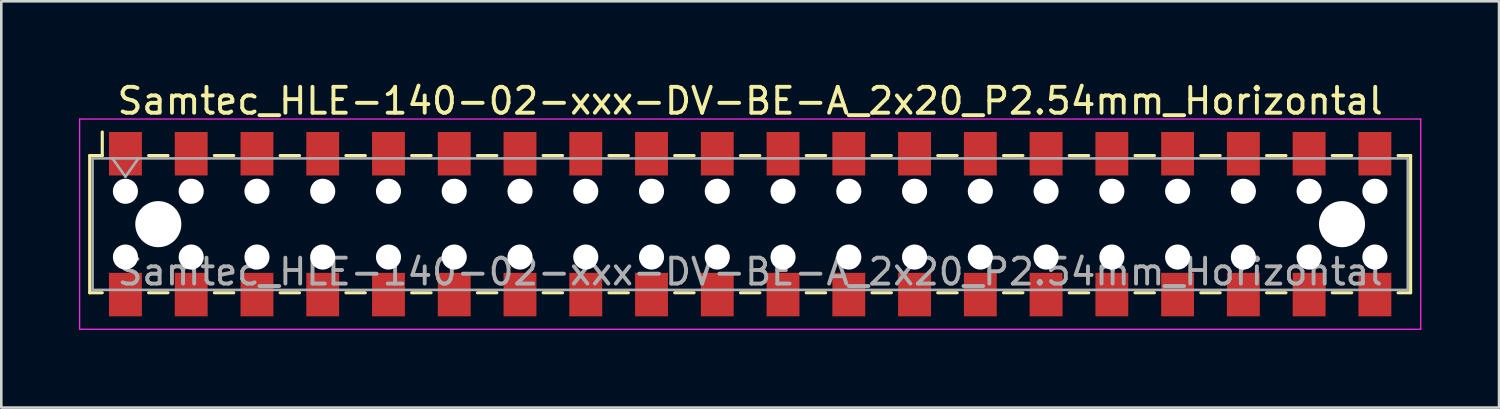
<source format=kicad_pcb>
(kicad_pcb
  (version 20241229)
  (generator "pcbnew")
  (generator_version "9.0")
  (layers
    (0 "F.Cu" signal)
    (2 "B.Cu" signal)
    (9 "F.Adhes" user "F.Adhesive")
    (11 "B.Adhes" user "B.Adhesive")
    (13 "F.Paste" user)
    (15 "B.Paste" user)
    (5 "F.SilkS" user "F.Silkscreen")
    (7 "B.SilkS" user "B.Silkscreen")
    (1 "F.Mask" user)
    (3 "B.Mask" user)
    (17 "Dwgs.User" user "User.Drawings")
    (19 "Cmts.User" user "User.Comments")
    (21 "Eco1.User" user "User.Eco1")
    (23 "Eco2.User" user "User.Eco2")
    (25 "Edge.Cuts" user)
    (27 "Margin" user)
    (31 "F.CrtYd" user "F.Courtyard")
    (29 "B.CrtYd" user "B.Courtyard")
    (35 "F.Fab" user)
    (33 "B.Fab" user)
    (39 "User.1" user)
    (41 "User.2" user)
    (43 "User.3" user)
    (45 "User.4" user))
  (footprint "Samtec_HLE-140-02-xxx-DV-BE-A_2x20_P2.54mm_Horizontal"
    (layer "F.Cu")
    (at 25.925 5.608)
    (property "Reference" "Samtec_HLE-140-02-xxx-DV-BE-A_2x20_P2.54mm_Horizontal" (at 0 -4.76 0) (layer "F.SilkS") (effects (font (size 1 1) (thickness 0.15))))
    (attr smd)
    (fp_line (start -25.51 -2.65) (end -25.51 2.65) (stroke (width 0.12) (type solid)) (layer "F.SilkS"))
    (fp_line (start -25.51 2.65) (end -25.025 2.65) (stroke (width 0.12) (type solid)) (layer "F.SilkS"))
    (fp_line (start -25.025 -3.56) (end -25.025 -2.65) (stroke (width 0.12) (type solid)) (layer "F.SilkS"))
    (fp_line (start -25.025 -2.65) (end -25.51 -2.65) (stroke (width 0.12) (type solid)) (layer "F.SilkS"))
    (fp_line (start -23.235 -2.65) (end -22.485 -2.65) (stroke (width 0.12) (type solid)) (layer "F.SilkS"))
    (fp_line (start -23.235 2.65) (end -22.485 2.65) (stroke (width 0.12) (type solid)) (layer "F.SilkS"))
    (fp_line (start -20.695 -2.65) (end -19.945 -2.65) (stroke (width 0.12) (type solid)) (layer "F.SilkS"))
    (fp_line (start -20.695 2.65) (end -19.945 2.65) (stroke (width 0.12) (type solid)) (layer "F.SilkS"))
    (fp_line (start -18.155 -2.65) (end -17.405 -2.65) (stroke (width 0.12) (type solid)) (layer "F.SilkS"))
    (fp_line (start -18.155 2.65) (end -17.405 2.65) (stroke (width 0.12) (type solid)) (layer "F.SilkS"))
    (fp_line (start -15.615 -2.65) (end -14.865 -2.65) (stroke (width 0.12) (type solid)) (layer "F.SilkS"))
    (fp_line (start -15.615 2.65) (end -14.865 2.65) (stroke (width 0.12) (type solid)) (layer "F.SilkS"))
    (fp_line (start -13.075 -2.65) (end -12.325 -2.65) (stroke (width 0.12) (type solid)) (layer "F.SilkS"))
    (fp_line (start -13.075 2.65) (end -12.325 2.65) (stroke (width 0.12) (type solid)) (layer "F.SilkS"))
    (fp_line (start -10.535 -2.65) (end -9.785 -2.65) (stroke (width 0.12) (type solid)) (layer "F.SilkS"))
    (fp_line (start -10.535 2.65) (end -9.785 2.65) (stroke (width 0.12) (type solid)) (layer "F.SilkS"))
    (fp_line (start -7.995 -2.65) (end -7.245 -2.65) (stroke (width 0.12) (type solid)) (layer "F.SilkS"))
    (fp_line (start -7.995 2.65) (end -7.245 2.65) (stroke (width 0.12) (type solid)) (layer "F.SilkS"))
    (fp_line (start -5.455 -2.65) (end -4.705 -2.65) (stroke (width 0.12) (type solid)) (layer "F.SilkS"))
    (fp_line (start -5.455 2.65) (end -4.705 2.65) (stroke (width 0.12) (type solid)) (layer "F.SilkS"))
    (fp_line (start -2.915 -2.65) (end -2.165 -2.65) (stroke (width 0.12) (type solid)) (layer "F.SilkS"))
    (fp_line (start -2.915 2.65) (end -2.165 2.65) (stroke (width 0.12) (type solid)) (layer "F.SilkS"))
    (fp_line (start -0.375 -2.65) (end 0.375 -2.65) (stroke (width 0.12) (type solid)) (layer "F.SilkS"))
    (fp_line (start -0.375 2.65) (end 0.375 2.65) (stroke (width 0.12) (type solid)) (layer "F.SilkS"))
    (fp_line (start 2.165 -2.65) (end 2.915 -2.65) (stroke (width 0.12) (type solid)) (layer "F.SilkS"))
    (fp_line (start 2.165 2.65) (end 2.915 2.65) (stroke (width 0.12) (type solid)) (layer "F.SilkS"))
    (fp_line (start 4.705 -2.65) (end 5.455 -2.65) (stroke (width 0.12) (type solid)) (layer "F.SilkS"))
    (fp_line (start 4.705 2.65) (end 5.455 2.65) (stroke (width 0.12) (type solid)) (layer "F.SilkS"))
    (fp_line (start 7.245 -2.65) (end 7.995 -2.65) (stroke (width 0.12) (type solid)) (layer "F.SilkS"))
    (fp_line (start 7.245 2.65) (end 7.995 2.65) (stroke (width 0.12) (type solid)) (layer "F.SilkS"))
    (fp_line (start 9.785 -2.65) (end 10.535 -2.65) (stroke (width 0.12) (type solid)) (layer "F.SilkS"))
    (fp_line (start 9.785 2.65) (end 10.535 2.65) (stroke (width 0.12) (type solid)) (layer "F.SilkS"))
    (fp_line (start 12.325 -2.65) (end 13.075 -2.65) (stroke (width 0.12) (type solid)) (layer "F.SilkS"))
    (fp_line (start 12.325 2.65) (end 13.075 2.65) (stroke (width 0.12) (type solid)) (layer "F.SilkS"))
    (fp_line (start 14.865 -2.65) (end 15.615 -2.65) (stroke (width 0.12) (type solid)) (layer "F.SilkS"))
    (fp_line (start 14.865 2.65) (end 15.615 2.65) (stroke (width 0.12) (type solid)) (layer "F.SilkS"))
    (fp_line (start 17.405 -2.65) (end 18.155 -2.65) (stroke (width 0.12) (type solid)) (layer "F.SilkS"))
    (fp_line (start 17.405 2.65) (end 18.155 2.65) (stroke (width 0.12) (type solid)) (layer "F.SilkS"))
    (fp_line (start 19.945 -2.65) (end 20.695 -2.65) (stroke (width 0.12) (type solid)) (layer "F.SilkS"))
    (fp_line (start 19.945 2.65) (end 20.695 2.65) (stroke (width 0.12) (type solid)) (layer "F.SilkS"))
    (fp_line (start 22.485 -2.65) (end 23.235 -2.65) (stroke (width 0.12) (type solid)) (layer "F.SilkS"))
    (fp_line (start 22.485 2.65) (end 23.235 2.65) (stroke (width 0.12) (type solid)) (layer "F.SilkS"))
    (fp_line (start 25.025 -2.65) (end 25.51 -2.65) (stroke (width 0.12) (type solid)) (layer "F.SilkS"))
    (fp_line (start 25.51 -2.65) (end 25.51 2.65) (stroke (width 0.12) (type solid)) (layer "F.SilkS"))
    (fp_line (start 25.51 2.65) (end 25.025 2.65) (stroke (width 0.12) (type solid)) (layer "F.SilkS"))
    (fp_line (start -25.9 -4.06) (end 25.9 -4.06) (stroke (width 0.05) (type solid)) (layer "F.CrtYd"))
    (fp_line (start -25.9 4.06) (end -25.9 -4.06) (stroke (width 0.05) (type solid)) (layer "F.CrtYd"))
    (fp_line (start 25.9 -4.06) (end 25.9 4.06) (stroke (width 0.05) (type solid)) (layer "F.CrtYd"))
    (fp_line (start 25.9 4.06) (end -25.9 4.06) (stroke (width 0.05) (type solid)) (layer "F.CrtYd"))
    (fp_line (start -25.4 -2.54) (end 25.4 -2.54) (stroke (width 0.1) (type solid)) (layer "F.Fab"))
    (fp_line (start -25.4 2.54) (end -25.4 -2.54) (stroke (width 0.1) (type solid)) (layer "F.Fab"))
    (fp_line (start -24.63 -2.54) (end -24.13 -1.833) (stroke (width 0.1) (type solid)) (layer "F.Fab"))
    (fp_line (start -24.13 -1.833) (end -23.63 -2.54) (stroke (width 0.1) (type solid)) (layer "F.Fab"))
    (fp_line (start 25.4 -2.54) (end 25.4 2.54) (stroke (width 0.1) (type solid)) (layer "F.Fab"))
    (fp_line (start 25.4 2.54) (end -25.4 2.54) (stroke (width 0.1) (type solid)) (layer "F.Fab"))
    (fp_text user "${REFERENCE}" (at 0 1.84 0) (layer "F.Fab") (effects (font (size 1 1) (thickness 0.15))))
    (pad "" np_thru_hole circle (at -24.13 -1.27) (size 0.97 0.97) (drill 0.97) (layers "*.Cu" "*.Mask"))
    (pad "" np_thru_hole circle (at -24.13 1.27) (size 0.97 0.97) (drill 0.97) (layers "*.Cu" "*.Mask"))
    (pad "" np_thru_hole circle (at -22.86 0) (size 1.78 1.78) (drill 1.78) (layers "*.Cu" "*.Mask"))
    (pad "" np_thru_hole circle (at -21.59 -1.27) (size 0.97 0.97) (drill 0.97) (layers "*.Cu" "*.Mask"))
    (pad "" np_thru_hole circle (at -21.59 1.27) (size 0.97 0.97) (drill 0.97) (layers "*.Cu" "*.Mask"))
    (pad "" np_thru_hole circle (at -19.05 -1.27) (size 0.97 0.97) (drill 0.97) (layers "*.Cu" "*.Mask"))
    (pad "" np_thru_hole circle (at -19.05 1.27) (size 0.97 0.97) (drill 0.97) (layers "*.Cu" "*.Mask"))
    (pad "" np_thru_hole circle (at -16.51 -1.27) (size 0.97 0.97) (drill 0.97) (layers "*.Cu" "*.Mask"))
    (pad "" np_thru_hole circle (at -16.51 1.27) (size 0.97 0.97) (drill 0.97) (layers "*.Cu" "*.Mask"))
    (pad "" np_thru_hole circle (at -13.97 -1.27) (size 0.97 0.97) (drill 0.97) (layers "*.Cu" "*.Mask"))
    (pad "" np_thru_hole circle (at -13.97 1.27) (size 0.97 0.97) (drill 0.97) (layers "*.Cu" "*.Mask"))
    (pad "" np_thru_hole circle (at -11.43 -1.27) (size 0.97 0.97) (drill 0.97) (layers "*.Cu" "*.Mask"))
    (pad "" np_thru_hole circle (at -11.43 1.27) (size 0.97 0.97) (drill 0.97) (layers "*.Cu" "*.Mask"))
    (pad "" np_thru_hole circle (at -8.89 -1.27) (size 0.97 0.97) (drill 0.97) (layers "*.Cu" "*.Mask"))
    (pad "" np_thru_hole circle (at -8.89 1.27) (size 0.97 0.97) (drill 0.97) (layers "*.Cu" "*.Mask"))
    (pad "" np_thru_hole circle (at -6.35 -1.27) (size 0.97 0.97) (drill 0.97) (layers "*.Cu" "*.Mask"))
    (pad "" np_thru_hole circle (at -6.35 1.27) (size 0.97 0.97) (drill 0.97) (layers "*.Cu" "*.Mask"))
    (pad "" np_thru_hole circle (at -3.81 -1.27) (size 0.97 0.97) (drill 0.97) (layers "*.Cu" "*.Mask"))
    (pad "" np_thru_hole circle (at -3.81 1.27) (size 0.97 0.97) (drill 0.97) (layers "*.Cu" "*.Mask"))
    (pad "" np_thru_hole circle (at -1.27 -1.27) (size 0.97 0.97) (drill 0.97) (layers "*.Cu" "*.Mask"))
    (pad "" np_thru_hole circle (at -1.27 1.27) (size 0.97 0.97) (drill 0.97) (layers "*.Cu" "*.Mask"))
    (pad "" np_thru_hole circle (at 1.27 -1.27) (size 0.97 0.97) (drill 0.97) (layers "*.Cu" "*.Mask"))
    (pad "" np_thru_hole circle (at 1.27 1.27) (size 0.97 0.97) (drill 0.97) (layers "*.Cu" "*.Mask"))
    (pad "" np_thru_hole circle (at 3.81 -1.27) (size 0.97 0.97) (drill 0.97) (layers "*.Cu" "*.Mask"))
    (pad "" np_thru_hole circle (at 3.81 1.27) (size 0.97 0.97) (drill 0.97) (layers "*.Cu" "*.Mask"))
    (pad "" np_thru_hole circle (at 6.35 -1.27) (size 0.97 0.97) (drill 0.97) (layers "*.Cu" "*.Mask"))
    (pad "" np_thru_hole circle (at 6.35 1.27) (size 0.97 0.97) (drill 0.97) (layers "*.Cu" "*.Mask"))
    (pad "" np_thru_hole circle (at 8.89 -1.27) (size 0.97 0.97) (drill 0.97) (layers "*.Cu" "*.Mask"))
    (pad "" np_thru_hole circle (at 8.89 1.27) (size 0.97 0.97) (drill 0.97) (layers "*.Cu" "*.Mask"))
    (pad "" np_thru_hole circle (at 11.43 -1.27) (size 0.97 0.97) (drill 0.97) (layers "*.Cu" "*.Mask"))
    (pad "" np_thru_hole circle (at 11.43 1.27) (size 0.97 0.97) (drill 0.97) (layers "*.Cu" "*.Mask"))
    (pad "" np_thru_hole circle (at 13.97 -1.27) (size 0.97 0.97) (drill 0.97) (layers "*.Cu" "*.Mask"))
    (pad "" np_thru_hole circle (at 13.97 1.27) (size 0.97 0.97) (drill 0.97) (layers "*.Cu" "*.Mask"))
    (pad "" np_thru_hole circle (at 16.51 -1.27) (size 0.97 0.97) (drill 0.97) (layers "*.Cu" "*.Mask"))
    (pad "" np_thru_hole circle (at 16.51 1.27) (size 0.97 0.97) (drill 0.97) (layers "*.Cu" "*.Mask"))
    (pad "" np_thru_hole circle (at 19.05 -1.27) (size 0.97 0.97) (drill 0.97) (layers "*.Cu" "*.Mask"))
    (pad "" np_thru_hole circle (at 19.05 1.27) (size 0.97 0.97) (drill 0.97) (layers "*.Cu" "*.Mask"))
    (pad "" np_thru_hole circle (at 21.59 -1.27) (size 0.97 0.97) (drill 0.97) (layers "*.Cu" "*.Mask"))
    (pad "" np_thru_hole circle (at 21.59 1.27) (size 0.97 0.97) (drill 0.97) (layers "*.Cu" "*.Mask"))
    (pad "" np_thru_hole circle (at 22.86 0) (size 1.78 1.78) (drill 1.78) (layers "*.Cu" "*.Mask"))
    (pad "" np_thru_hole circle (at 24.13 -1.27) (size 0.97 0.97) (drill 0.97) (layers "*.Cu" "*.Mask"))
    (pad "" np_thru_hole circle (at 24.13 1.27) (size 0.97 0.97) (drill 0.97) (layers "*.Cu" "*.Mask"))
    (pad "1" smd rect (at -24.13 -2.72) (size 1.27 1.68) (layers "F.Cu" "F.Mask" "F.Paste"))
    (pad "2" smd rect (at -24.13 2.72) (size 1.27 1.68) (layers "F.Cu" "F.Mask" "F.Paste"))
    (pad "3" smd rect (at -21.59 -2.72) (size 1.27 1.68) (layers "F.Cu" "F.Mask" "F.Paste"))
    (pad "4" smd rect (at -21.59 2.72) (size 1.27 1.68) (layers "F.Cu" "F.Mask" "F.Paste"))
    (pad "5" smd rect (at -19.05 -2.72) (size 1.27 1.68) (layers "F.Cu" "F.Mask" "F.Paste"))
    (pad "6" smd rect (at -19.05 2.72) (size 1.27 1.68) (layers "F.Cu" "F.Mask" "F.Paste"))
    (pad "7" smd rect (at -16.51 -2.72) (size 1.27 1.68) (layers "F.Cu" "F.Mask" "F.Paste"))
    (pad "8" smd rect (at -16.51 2.72) (size 1.27 1.68) (layers "F.Cu" "F.Mask" "F.Paste"))
    (pad "9" smd rect (at -13.97 -2.72) (size 1.27 1.68) (layers "F.Cu" "F.Mask" "F.Paste"))
    (pad "10" smd rect (at -13.97 2.72) (size 1.27 1.68) (layers "F.Cu" "F.Mask" "F.Paste"))
    (pad "11" smd rect (at -11.43 -2.72) (size 1.27 1.68) (layers "F.Cu" "F.Mask" "F.Paste"))
    (pad "12" smd rect (at -11.43 2.72) (size 1.27 1.68) (layers "F.Cu" "F.Mask" "F.Paste"))
    (pad "13" smd rect (at -8.89 -2.72) (size 1.27 1.68) (layers "F.Cu" "F.Mask" "F.Paste"))
    (pad "14" smd rect (at -8.89 2.72) (size 1.27 1.68) (layers "F.Cu" "F.Mask" "F.Paste"))
    (pad "15" smd rect (at -6.35 -2.72) (size 1.27 1.68) (layers "F.Cu" "F.Mask" "F.Paste"))
    (pad "16" smd rect (at -6.35 2.72) (size 1.27 1.68) (layers "F.Cu" "F.Mask" "F.Paste"))
    (pad "17" smd rect (at -3.81 -2.72) (size 1.27 1.68) (layers "F.Cu" "F.Mask" "F.Paste"))
    (pad "18" smd rect (at -3.81 2.72) (size 1.27 1.68) (layers "F.Cu" "F.Mask" "F.Paste"))
    (pad "19" smd rect (at -1.27 -2.72) (size 1.27 1.68) (layers "F.Cu" "F.Mask" "F.Paste"))
    (pad "20" smd rect (at -1.27 2.72) (size 1.27 1.68) (layers "F.Cu" "F.Mask" "F.Paste"))
    (pad "21" smd rect (at 1.27 -2.72) (size 1.27 1.68) (layers "F.Cu" "F.Mask" "F.Paste"))
    (pad "22" smd rect (at 1.27 2.72) (size 1.27 1.68) (layers "F.Cu" "F.Mask" "F.Paste"))
    (pad "23" smd rect (at 3.81 -2.72) (size 1.27 1.68) (layers "F.Cu" "F.Mask" "F.Paste"))
    (pad "24" smd rect (at 3.81 2.72) (size 1.27 1.68) (layers "F.Cu" "F.Mask" "F.Paste"))
    (pad "25" smd rect (at 6.35 -2.72) (size 1.27 1.68) (layers "F.Cu" "F.Mask" "F.Paste"))
    (pad "26" smd rect (at 6.35 2.72) (size 1.27 1.68) (layers "F.Cu" "F.Mask" "F.Paste"))
    (pad "27" smd rect (at 8.89 -2.72) (size 1.27 1.68) (layers "F.Cu" "F.Mask" "F.Paste"))
    (pad "28" smd rect (at 8.89 2.72) (size 1.27 1.68) (layers "F.Cu" "F.Mask" "F.Paste"))
    (pad "29" smd rect (at 11.43 -2.72) (size 1.27 1.68) (layers "F.Cu" "F.Mask" "F.Paste"))
    (pad "30" smd rect (at 11.43 2.72) (size 1.27 1.68) (layers "F.Cu" "F.Mask" "F.Paste"))
    (pad "31" smd rect (at 13.97 -2.72) (size 1.27 1.68) (layers "F.Cu" "F.Mask" "F.Paste"))
    (pad "32" smd rect (at 13.97 2.72) (size 1.27 1.68) (layers "F.Cu" "F.Mask" "F.Paste"))
    (pad "33" smd rect (at 16.51 -2.72) (size 1.27 1.68) (layers "F.Cu" "F.Mask" "F.Paste"))
    (pad "34" smd rect (at 16.51 2.72) (size 1.27 1.68) (layers "F.Cu" "F.Mask" "F.Paste"))
    (pad "35" smd rect (at 19.05 -2.72) (size 1.27 1.68) (layers "F.Cu" "F.Mask" "F.Paste"))
    (pad "36" smd rect (at 19.05 2.72) (size 1.27 1.68) (layers "F.Cu" "F.Mask" "F.Paste"))
    (pad "37" smd rect (at 21.59 -2.72) (size 1.27 1.68) (layers "F.Cu" "F.Mask" "F.Paste"))
    (pad "38" smd rect (at 21.59 2.72) (size 1.27 1.68) (layers "F.Cu" "F.Mask" "F.Paste"))
    (pad "39" smd rect (at 24.13 -2.72) (size 1.27 1.68) (layers "F.Cu" "F.Mask" "F.Paste"))
    (pad "40" smd rect (at 24.13 2.72) (size 1.27 1.68) (layers "F.Cu" "F.Mask" "F.Paste")))
  (gr_rect
    (start -3 -3)
    (end 54.85 12.693)
    (stroke (width 0.1) (type default))
    (fill no)
    (layer "Edge.Cuts")))
</source>
